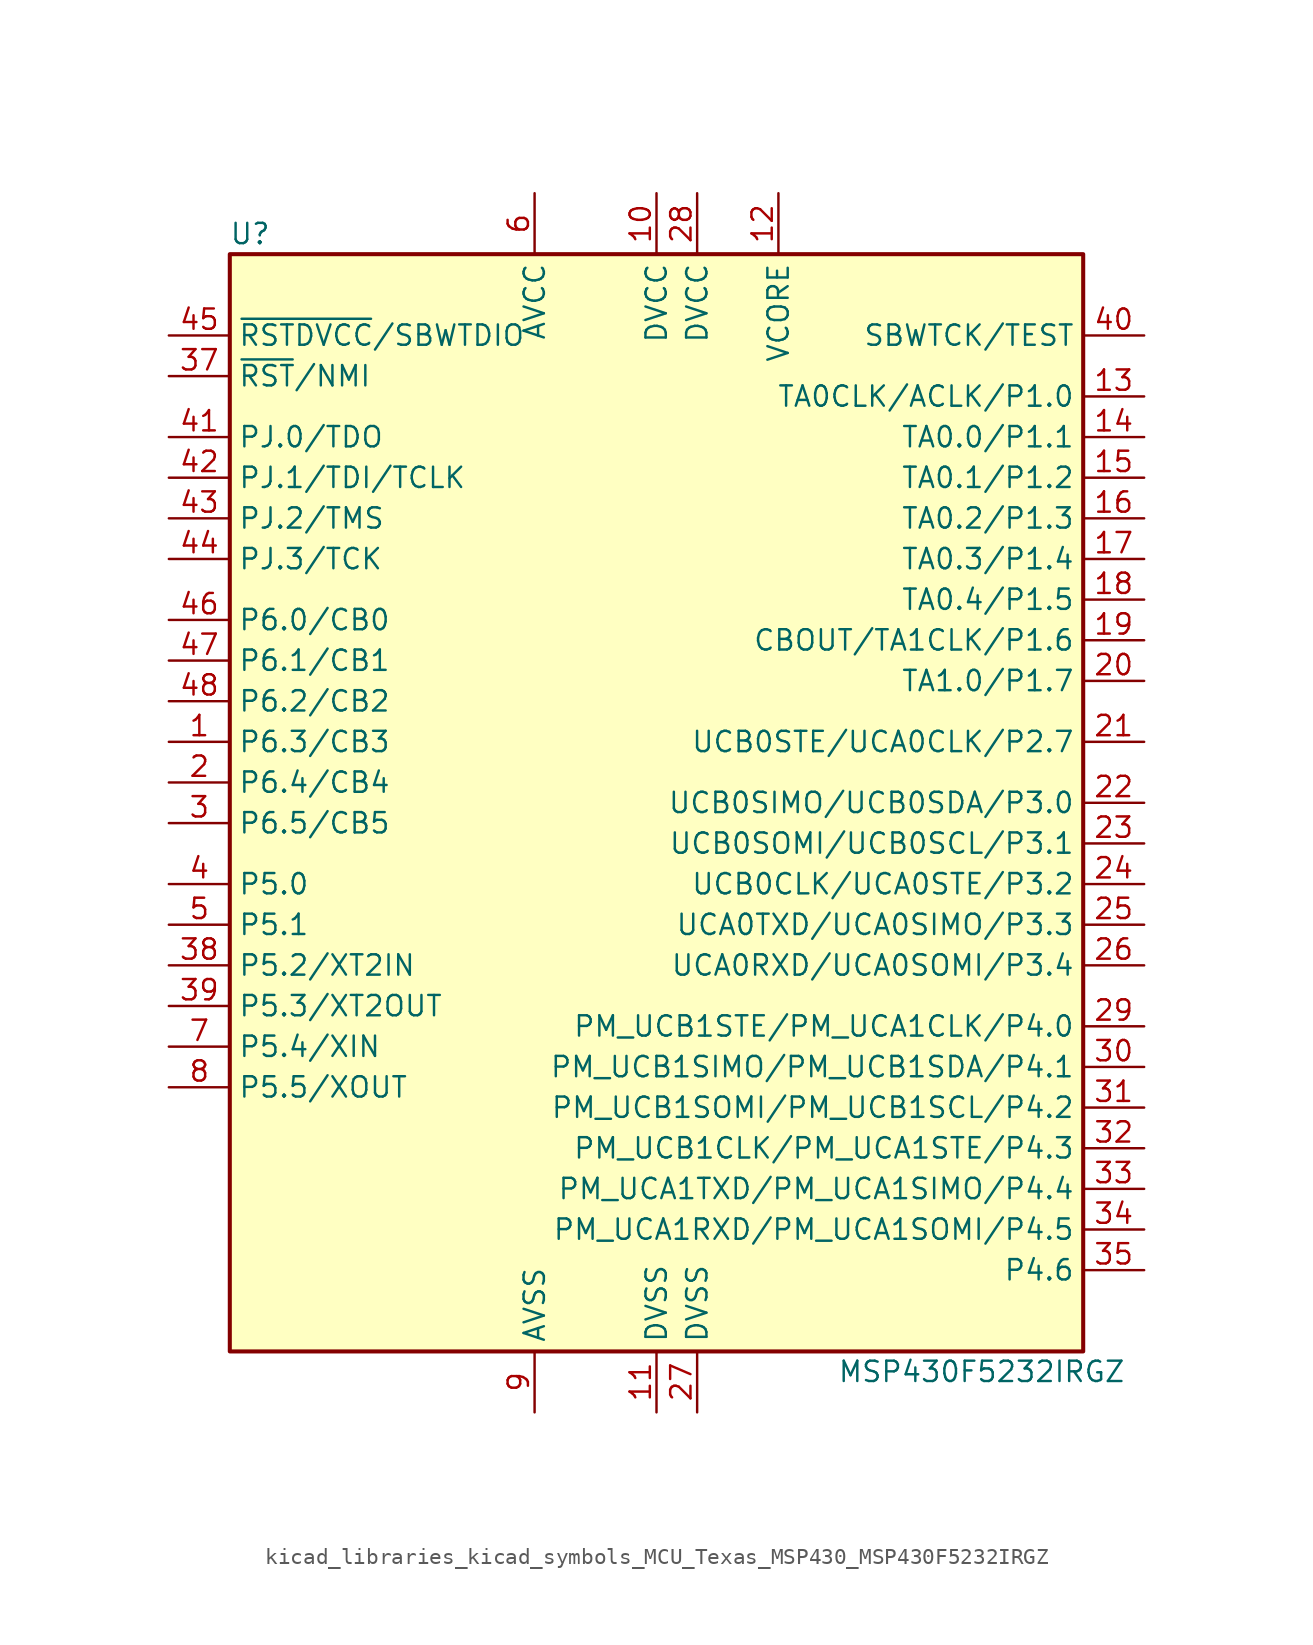
<source format=kicad_sym>
(kicad_symbol_lib
  (version 20220914)
  (generator kicad_symbol_editor)
  (symbol "kicad_libraries_kicad_symbols_MCU_Texas_MSP430_MSP430F5232IRGZ"
    (property "Reference" "U"
      (at -25.4 35.56 0)
      (effects (font (size 1.27 1.27))))
    (property "Value" "MSP430F5232IRGZ"
      (at 20.32 -35.56 0)
      (effects (font (size 1.27 1.27))))
    (symbol "kicad_libraries_kicad_symbols_MCU_Texas_MSP430_MSP430F5232IRGZ_0_1"
      (rectangle (start -26.67 34.29) (end 26.67 -34.29) (stroke (width 0.254) (type default)) (fill (type background))))
    (symbol "kicad_libraries_kicad_symbols_MCU_Texas_MSP430_MSP430F5232IRGZ_1_1"
      (pin bidirectional line (at -30.48 3.81 0) (length 3.81) (name "P6.3/CB3" (effects (font (size 1.27 1.27)))) (number "1" (effects (font (size 1.27 1.27)))))
      (pin power_in line (at 0 38.1 270) (length 3.81) (name "DVCC" (effects (font (size 1.27 1.27)))) (number "10" (effects (font (size 1.27 1.27)))))
      (pin power_in line (at 0 -38.1 90) (length 3.81) (name "DVSS" (effects (font (size 1.27 1.27)))) (number "11" (effects (font (size 1.27 1.27)))))
      (pin passive line (at 7.62 38.1 270) (length 3.81) (name "VCORE" (effects (font (size 1.27 1.27)))) (number "12" (effects (font (size 1.27 1.27)))))
      (pin bidirectional line (at 30.48 25.4 180) (length 3.81) (name "TA0CLK/ACLK/P1.0" (effects (font (size 1.27 1.27)))) (number "13" (effects (font (size 1.27 1.27)))))
      (pin bidirectional line (at 30.48 22.86 180) (length 3.81) (name "TA0.0/P1.1" (effects (font (size 1.27 1.27)))) (number "14" (effects (font (size 1.27 1.27)))))
      (pin bidirectional line (at 30.48 20.32 180) (length 3.81) (name "TA0.1/P1.2" (effects (font (size 1.27 1.27)))) (number "15" (effects (font (size 1.27 1.27)))))
      (pin bidirectional line (at 30.48 17.78 180) (length 3.81) (name "TA0.2/P1.3" (effects (font (size 1.27 1.27)))) (number "16" (effects (font (size 1.27 1.27)))))
      (pin bidirectional line (at 30.48 15.24 180) (length 3.81) (name "TA0.3/P1.4" (effects (font (size 1.27 1.27)))) (number "17" (effects (font (size 1.27 1.27)))))
      (pin bidirectional line (at 30.48 12.7 180) (length 3.81) (name "TA0.4/P1.5" (effects (font (size 1.27 1.27)))) (number "18" (effects (font (size 1.27 1.27)))))
      (pin bidirectional line (at 30.48 10.16 180) (length 3.81) (name "CBOUT/TA1CLK/P1.6" (effects (font (size 1.27 1.27)))) (number "19" (effects (font (size 1.27 1.27)))))
      (pin bidirectional line (at -30.48 1.27 0) (length 3.81) (name "P6.4/CB4" (effects (font (size 1.27 1.27)))) (number "2" (effects (font (size 1.27 1.27)))))
      (pin bidirectional line (at 30.48 7.62 180) (length 3.81) (name "TA1.0/P1.7" (effects (font (size 1.27 1.27)))) (number "20" (effects (font (size 1.27 1.27)))))
      (pin bidirectional line (at 30.48 3.81 180) (length 3.81) (name "UCB0STE/UCA0CLK/P2.7" (effects (font (size 1.27 1.27)))) (number "21" (effects (font (size 1.27 1.27)))))
      (pin bidirectional line (at 30.48 0 180) (length 3.81) (name "UCB0SIMO/UCB0SDA/P3.0" (effects (font (size 1.27 1.27)))) (number "22" (effects (font (size 1.27 1.27)))))
      (pin bidirectional line (at 30.48 -2.54 180) (length 3.81) (name "UCB0SOMI/UCB0SCL/P3.1" (effects (font (size 1.27 1.27)))) (number "23" (effects (font (size 1.27 1.27)))))
      (pin bidirectional line (at 30.48 -5.08 180) (length 3.81) (name "UCB0CLK/UCA0STE/P3.2" (effects (font (size 1.27 1.27)))) (number "24" (effects (font (size 1.27 1.27)))))
      (pin bidirectional line (at 30.48 -7.62 180) (length 3.81) (name "UCA0TXD/UCA0SIMO/P3.3" (effects (font (size 1.27 1.27)))) (number "25" (effects (font (size 1.27 1.27)))))
      (pin bidirectional line (at 30.48 -10.16 180) (length 3.81) (name "UCA0RXD/UCA0SOMI/P3.4" (effects (font (size 1.27 1.27)))) (number "26" (effects (font (size 1.27 1.27)))))
      (pin power_in line (at 2.54 -38.1 90) (length 3.81) (name "DVSS" (effects (font (size 1.27 1.27)))) (number "27" (effects (font (size 1.27 1.27)))))
      (pin power_in line (at 2.54 38.1 270) (length 3.81) (name "DVCC" (effects (font (size 1.27 1.27)))) (number "28" (effects (font (size 1.27 1.27)))))
      (pin bidirectional line (at 30.48 -13.97 180) (length 3.81) (name "PM_UCB1STE/PM_UCA1CLK/P4.0" (effects (font (size 1.27 1.27)))) (number "29" (effects (font (size 1.27 1.27)))))
      (pin bidirectional line (at -30.48 -1.27 0) (length 3.81) (name "P6.5/CB5" (effects (font (size 1.27 1.27)))) (number "3" (effects (font (size 1.27 1.27)))))
      (pin bidirectional line (at 30.48 -16.51 180) (length 3.81) (name "PM_UCB1SIMO/PM_UCB1SDA/P4.1" (effects (font (size 1.27 1.27)))) (number "30" (effects (font (size 1.27 1.27)))))
      (pin bidirectional line (at 30.48 -19.05 180) (length 3.81) (name "PM_UCB1SOMI/PM_UCB1SCL/P4.2" (effects (font (size 1.27 1.27)))) (number "31" (effects (font (size 1.27 1.27)))))
      (pin bidirectional line (at 30.48 -21.59 180) (length 3.81) (name "PM_UCB1CLK/PM_UCA1STE/P4.3" (effects (font (size 1.27 1.27)))) (number "32" (effects (font (size 1.27 1.27)))))
      (pin bidirectional line (at 30.48 -24.13 180) (length 3.81) (name "PM_UCA1TXD/PM_UCA1SIMO/P4.4" (effects (font (size 1.27 1.27)))) (number "33" (effects (font (size 1.27 1.27)))))
      (pin bidirectional line (at 30.48 -26.67 180) (length 3.81) (name "PM_UCA1RXD/PM_UCA1SOMI/P4.5" (effects (font (size 1.27 1.27)))) (number "34" (effects (font (size 1.27 1.27)))))
      (pin bidirectional line (at 30.48 -29.21 180) (length 3.81) (name "P4.6" (effects (font (size 1.27 1.27)))) (number "35" (effects (font (size 1.27 1.27)))))
      (pin input line (at -30.48 26.67 0) (length 3.81) (name "~{RST}/NMI" (effects (font (size 1.27 1.27)))) (number "37" (effects (font (size 1.27 1.27)))))
      (pin bidirectional line (at -30.48 -10.16 0) (length 3.81) (name "P5.2/XT2IN" (effects (font (size 1.27 1.27)))) (number "38" (effects (font (size 1.27 1.27)))))
      (pin bidirectional line (at -30.48 -12.7 0) (length 3.81) (name "P5.3/XT2OUT" (effects (font (size 1.27 1.27)))) (number "39" (effects (font (size 1.27 1.27)))))
      (pin bidirectional line (at -30.48 -5.08 0) (length 3.81) (name "P5.0" (effects (font (size 1.27 1.27)))) (number "4" (effects (font (size 1.27 1.27)))))
      (pin input line (at 30.48 29.21 180) (length 3.81) (name "SBWTCK/TEST" (effects (font (size 1.27 1.27)))) (number "40" (effects (font (size 1.27 1.27)))))
      (pin bidirectional line (at -30.48 22.86 0) (length 3.81) (name "PJ.0/TDO" (effects (font (size 1.27 1.27)))) (number "41" (effects (font (size 1.27 1.27)))))
      (pin bidirectional line (at -30.48 20.32 0) (length 3.81) (name "PJ.1/TDI/TCLK" (effects (font (size 1.27 1.27)))) (number "42" (effects (font (size 1.27 1.27)))))
      (pin bidirectional line (at -30.48 17.78 0) (length 3.81) (name "PJ.2/TMS" (effects (font (size 1.27 1.27)))) (number "43" (effects (font (size 1.27 1.27)))))
      (pin bidirectional line (at -30.48 15.24 0) (length 3.81) (name "PJ.3/TCK" (effects (font (size 1.27 1.27)))) (number "44" (effects (font (size 1.27 1.27)))))
      (pin bidirectional line (at -30.48 29.21 0) (length 3.81) (name "~{RSTDVCC}/SBWTDIO" (effects (font (size 1.27 1.27)))) (number "45" (effects (font (size 1.27 1.27)))))
      (pin bidirectional line (at -30.48 11.43 0) (length 3.81) (name "P6.0/CB0" (effects (font (size 1.27 1.27)))) (number "46" (effects (font (size 1.27 1.27)))))
      (pin bidirectional line (at -30.48 8.89 0) (length 3.81) (name "P6.1/CB1" (effects (font (size 1.27 1.27)))) (number "47" (effects (font (size 1.27 1.27)))))
      (pin bidirectional line (at -30.48 6.35 0) (length 3.81) (name "P6.2/CB2" (effects (font (size 1.27 1.27)))) (number "48" (effects (font (size 1.27 1.27)))))
      (pin bidirectional line (at -30.48 -7.62 0) (length 3.81) (name "P5.1" (effects (font (size 1.27 1.27)))) (number "5" (effects (font (size 1.27 1.27)))))
      (pin power_in line (at -7.62 38.1 270) (length 3.81) (name "AVCC" (effects (font (size 1.27 1.27)))) (number "6" (effects (font (size 1.27 1.27)))))
      (pin bidirectional line (at -30.48 -15.24 0) (length 3.81) (name "P5.4/XIN" (effects (font (size 1.27 1.27)))) (number "7" (effects (font (size 1.27 1.27)))))
      (pin bidirectional line (at -30.48 -17.78 0) (length 3.81) (name "P5.5/XOUT" (effects (font (size 1.27 1.27)))) (number "8" (effects (font (size 1.27 1.27)))))
      (pin power_in line (at -7.62 -38.1 90) (length 3.81) (name "AVSS" (effects (font (size 1.27 1.27)))) (number "9" (effects (font (size 1.27 1.27))))))))
</source>
